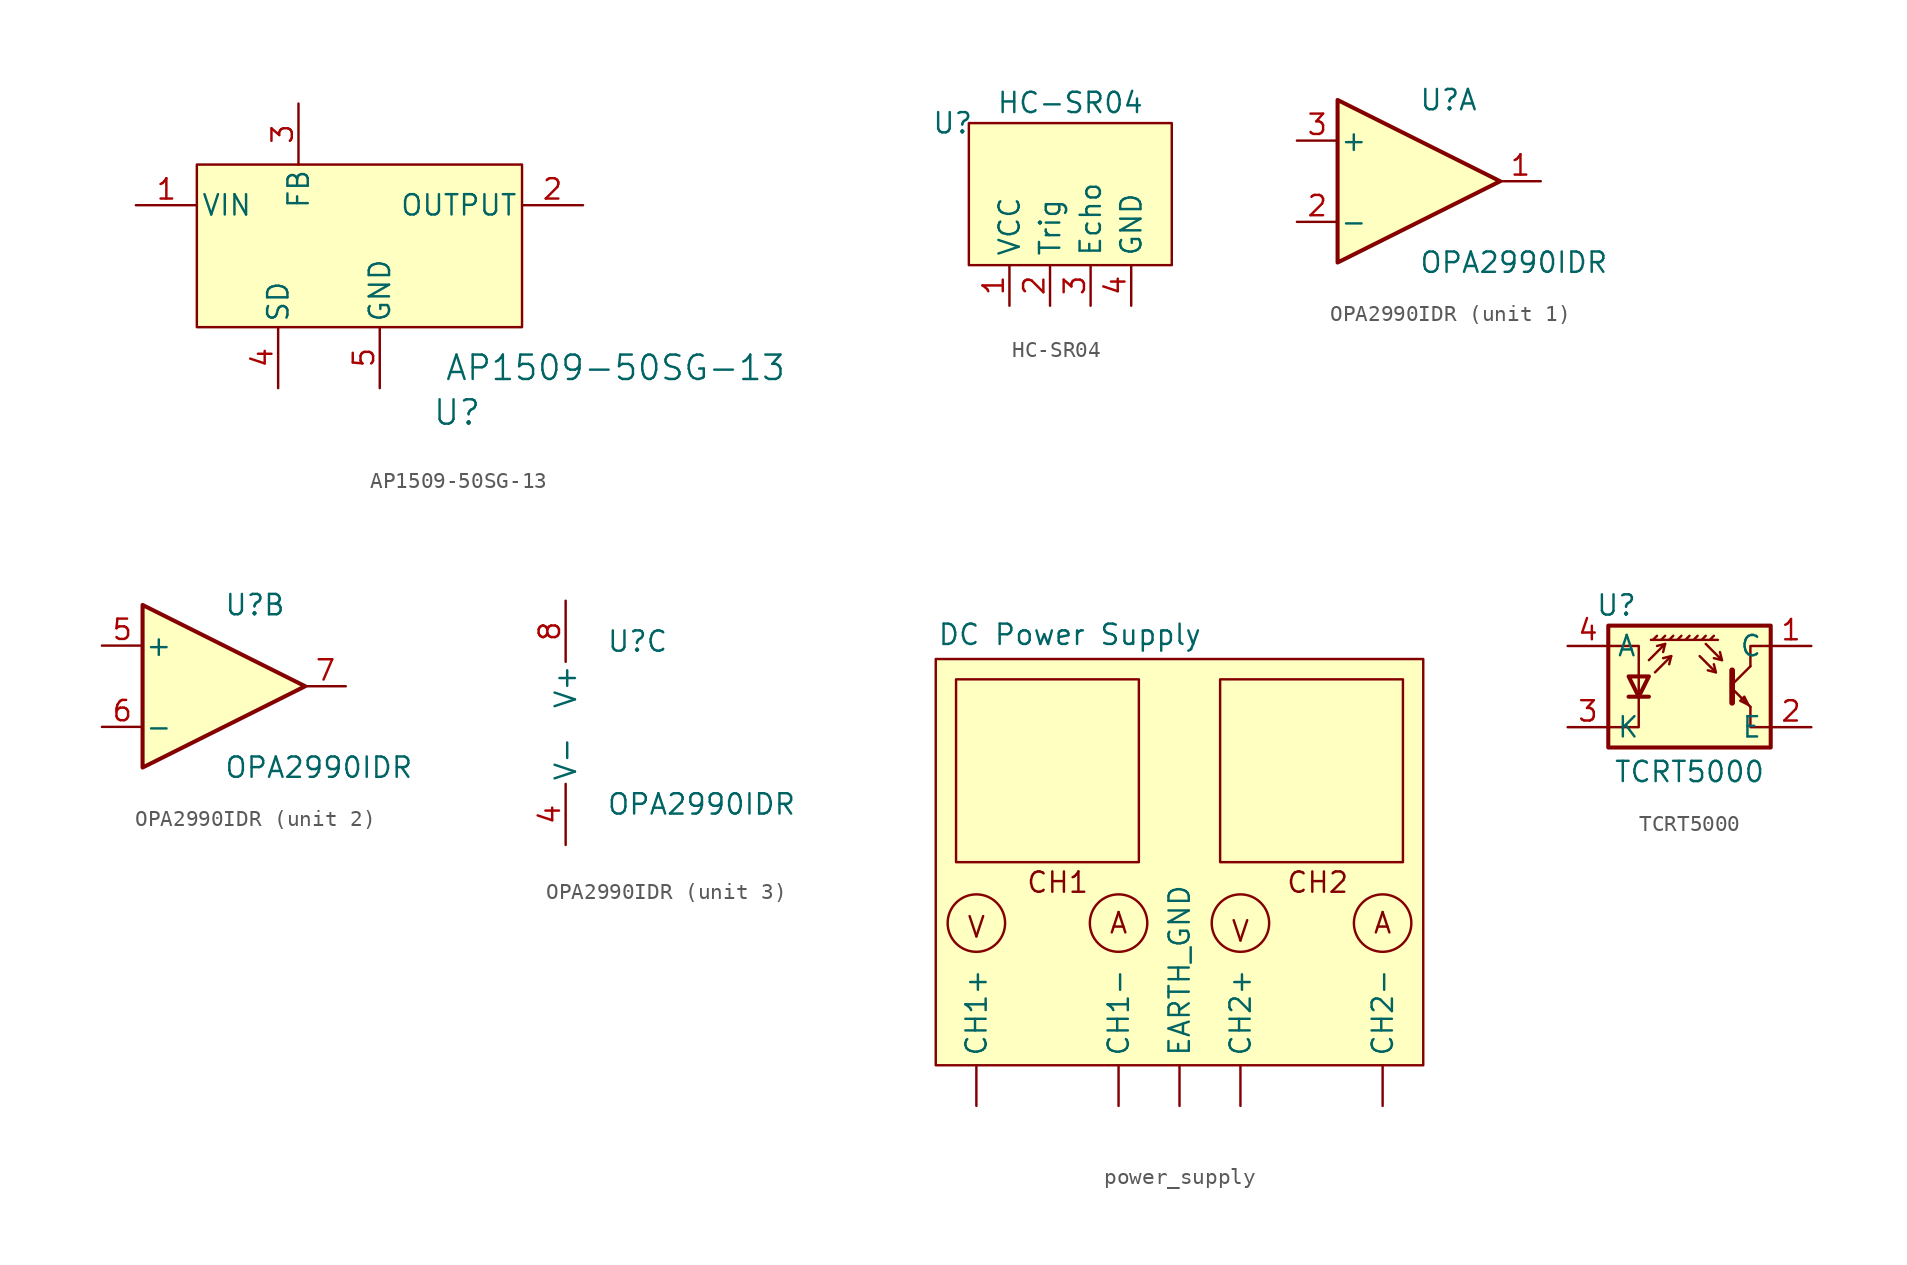
<source format=kicad_sym>
(kicad_symbol_lib
  (version 20241209)
  (generator "kicad_symbol_editor")
  (generator_version "9.0")
  (symbol "AP1509-50SG-13"
    (pin_names
      (offset 0.254))
    (property "Reference" "U"
      (at 23.876 -12.954 0)
      (effects (font (size 1.524 1.524))))
    (property "Value" "AP1509-50SG-13"
      (at 33.782 -10.16 0)
      (effects (font (size 1.524 1.524))))
    (symbol "AP1509-50SG-13_1_1"
      (rectangle (start 7.62 2.54) (end 27.94 -7.62) (stroke (width 0) (type default)) (fill (type background)))
      (pin input line (at 3.81 0 0) (length 3.81) (name "VIN" (effects (font (size 1.27 1.27)))) (number "1" (effects (font (size 1.27 1.27)))))
      (pin input line (at 12.7 -11.43 90) (length 3.81) (name "SD" (effects (font (size 1.27 1.27)))) (number "4" (effects (font (size 1.27 1.27)))))
      (pin input line (at 13.97 6.35 270) (length 3.81) (name "FB" (effects (font (size 1.27 1.27)))) (number "3" (effects (font (size 1.27 1.27)))))
      (pin power_in line (at 19.05 -11.43 90) (length 3.81) (name "GND" (effects (font (size 1.27 1.27)))) (number "5" (effects (font (size 1.27 1.27)))))
      (pin power_in line (at 19.05 -11.43 90) (length 3.81) (hide yes) (name "GND" (effects (font (size 1.27 1.27)))) (number "6" (effects (font (size 1.27 1.27)))))
      (pin power_in line (at 19.05 -11.43 90) (length 3.81) (hide yes) (name "GND" (effects (font (size 1.27 1.27)))) (number "7" (effects (font (size 1.27 1.27)))))
      (pin power_in line (at 19.05 -11.43 90) (length 3.81) (hide yes) (name "GND" (effects (font (size 1.27 1.27)))) (number "8" (effects (font (size 1.27 1.27)))))
      (pin power_out line (at 31.75 0 180) (length 3.81) (name "OUTPUT" (effects (font (size 1.27 1.27)))) (number "2" (effects (font (size 1.27 1.27)))))))
  (symbol "HC-SR04"
    (property "Reference" "U"
      (at -11.176 3.81 0)
      (effects (font (size 1.27 1.27))))
    (property "Value" "HC-SR04"
      (at -3.81 5.08 0)
      (effects (font (size 1.27 1.27))))
    (symbol "HC-SR04_1_1"
      (rectangle (start -10.16 3.81) (end 2.54 -5.08) (stroke (width 0) (type default)) (fill (type background)))
      (pin power_in line (at -7.62 -7.62 90) (length 2.54) (name "VCC" (effects (font (size 1.27 1.27)))) (number "1" (effects (font (size 1.27 1.27)))))
      (pin output line (at -5.08 -7.62 90) (length 2.54) (name "Trig" (effects (font (size 1.27 1.27)))) (number "2" (effects (font (size 1.27 1.27)))))
      (pin input line (at -2.54 -7.62 90) (length 2.54) (name "Echo" (effects (font (size 1.27 1.27)))) (number "3" (effects (font (size 1.27 1.27)))))
      (pin power_in line (at 0 -7.62 90) (length 2.54) (name "GND" (effects (font (size 1.27 1.27)))) (number "4" (effects (font (size 1.27 1.27)))))))
  (symbol "OPA2990IDR"
    (pin_names
      (offset 0.127))
    (property "Reference" "U"
      (at 0 5.08 0)
      (effects (font (size 1.27 1.27)) (justify left)))
    (property "Value" "OPA2990IDR"
      (at 0 -5.08 0)
      (effects (font (size 1.27 1.27)) (justify left)))
    (property "ki_locked" ""
      (at 0 0 0)
      (effects (font (size 1.27 1.27))))
    (symbol "OPA2990IDR_1_1"
      (polyline (pts (xy -5.08 5.08) (xy 5.08 0) (xy -5.08 -5.08) (xy -5.08 5.08)) (stroke (width 0.254) (type default)) (fill (type background)))
      (pin input line (at -7.62 2.54 0) (length 2.54) (name "+" (effects (font (size 1.27 1.27)))) (number "3" (effects (font (size 1.27 1.27)))))
      (pin input line (at -7.62 -2.54 0) (length 2.54) (name "-" (effects (font (size 1.27 1.27)))) (number "2" (effects (font (size 1.27 1.27)))))
      (pin output line (at 7.62 0 180) (length 2.54) (name "~" (effects (font (size 1.27 1.27)))) (number "1" (effects (font (size 1.27 1.27))))))
    (symbol "OPA2990IDR_2_1"
      (polyline (pts (xy -5.08 5.08) (xy 5.08 0) (xy -5.08 -5.08) (xy -5.08 5.08)) (stroke (width 0.254) (type default)) (fill (type background)))
      (pin input line (at -7.62 2.54 0) (length 2.54) (name "+" (effects (font (size 1.27 1.27)))) (number "5" (effects (font (size 1.27 1.27)))))
      (pin input line (at -7.62 -2.54 0) (length 2.54) (name "-" (effects (font (size 1.27 1.27)))) (number "6" (effects (font (size 1.27 1.27)))))
      (pin output line (at 7.62 0 180) (length 2.54) (name "~" (effects (font (size 1.27 1.27)))) (number "7" (effects (font (size 1.27 1.27))))))
    (symbol "OPA2990IDR_3_1"
      (pin power_in line (at -2.54 7.62 270) (length 3.81) (name "V+" (effects (font (size 1.27 1.27)))) (number "8" (effects (font (size 1.27 1.27)))))
      (pin power_in line (at -2.54 -7.62 90) (length 3.81) (name "V-" (effects (font (size 1.27 1.27)))) (number "4" (effects (font (size 1.27 1.27)))))))
  (symbol "power_supply"
    (property "Reference" "U"
      (at -19.05 -2.794 0)
      (effects (font (size 1.27 1.27)) (hide yes)))
    (property "Value" "DC Power Supply"
      (at -6.858 19.304 0)
      (effects (font (size 1.27 1.27))))
    (symbol "power_supply_0_1"
      (rectangle (start -13.97 16.51) (end -2.54 5.08) (stroke (width 0) (type default)) (fill (type none)))
      (circle (center -12.7 1.27) (radius 1.796) (stroke (width 0) (type default)) (fill (type none)))
      (circle (center -3.81 1.27) (radius 1.796) (stroke (width 0) (type default)) (fill (type none)))
      (rectangle (start 2.54 16.51) (end 13.97 5.08) (stroke (width 0) (type default)) (fill (type none)))
      (circle (center 3.81 1.27) (radius 1.796) (stroke (width 0) (type default)) (fill (type none)))
      (circle (center 12.7 1.27) (radius 1.796) (stroke (width 0) (type default)) (fill (type none))))
    (symbol "power_supply_1_1"
      (rectangle (start -15.24 17.78) (end 15.24 -7.62) (stroke (width 0) (type solid)) (fill (type background)))
      (text "V" (at -12.7 1.016 0) (effects (font (size 1.27 1.27))))
      (text "CH1" (at -7.62 3.81 0) (effects (font (size 1.27 1.27))))
      (text "A" (at -3.81 1.27 0) (effects (font (size 1.27 1.27))))
      (text "V" (at 3.81 0.762 0) (effects (font (size 1.27 1.27))))
      (text "CH2" (at 8.636 3.81 0) (effects (font (size 1.27 1.27))))
      (text "A" (at 12.7 1.27 0) (effects (font (size 1.27 1.27))))
      (pin input line (at -12.7 -10.16 90) (length 2.54) (name "CH1+" (effects (font (size 1.27 1.27)))) (number "" (effects (font (size 1.27 1.27)))))
      (pin input line (at -3.81 -10.16 90) (length 2.54) (name "CH1-" (effects (font (size 1.27 1.27)))) (number "" (effects (font (size 1.27 1.27)))))
      (pin input line (at 0 -10.16 90) (length 2.54) (name "EARTH_GND" (effects (font (size 1.27 1.27)))) (number "" (effects (font (size 1.27 1.27)))))
      (pin input line (at 3.81 -10.16 90) (length 2.54) (name "CH2+" (effects (font (size 1.27 1.27)))) (number "" (effects (font (size 1.27 1.27)))))
      (pin input line (at 12.7 -10.16 90) (length 2.54) (name "CH2-" (effects (font (size 1.27 1.27)))) (number "" (effects (font (size 1.27 1.27)))))))
  (symbol "TCRT5000"
    (property "Reference" "U"
      (at -4.572 5.08 0)
      (effects (font (size 1.27 1.27))))
    (property "Value" "TCRT5000"
      (at 0 -5.334 0)
      (effects (font (size 1.27 1.27))))
    (symbol "TCRT5000_0_1"
      (polyline (pts (xy -5.08 -2.54) (xy -3.175 -2.54) (xy -3.175 2.54) (xy -5.08 2.54)) (stroke (width 0) (type default)) (fill (type none)))
      (polyline (pts (xy -5.08 -3.81) (xy 5.08 -3.81) (xy 5.08 3.81) (xy -5.08 3.81) (xy -5.08 -3.81)) (stroke (width 0.254) (type default)) (fill (type background)))
      (polyline (pts (xy -3.81 -0.635) (xy -2.54 -0.635)) (stroke (width 0.254) (type default)) (fill (type none)))
      (polyline (pts (xy -3.175 -0.635) (xy -3.81 0.635) (xy -2.54 0.635) (xy -3.175 -0.635)) (stroke (width 0.254) (type default)) (fill (type none)))
      (polyline (pts (xy -2.54 1.651) (xy -1.524 2.667) (xy -2.032 2.54)) (stroke (width 0) (type default)) (fill (type none)))
      (polyline (pts (xy -2.286 2.921) (xy -2.032 3.175)) (stroke (width 0) (type default)) (fill (type none)))
      (polyline (pts (xy -2.159 0.889) (xy -1.143 1.905) (xy -1.651 1.778)) (stroke (width 0) (type default)) (fill (type none)))
      (polyline (pts (xy -1.778 2.921) (xy -1.524 3.175)) (stroke (width 0) (type default)) (fill (type none)))
      (polyline (pts (xy -1.524 2.667) (xy -1.651 2.159)) (stroke (width 0) (type default)) (fill (type none)))
      (polyline (pts (xy -1.27 2.921) (xy -1.016 3.175)) (stroke (width 0) (type default)) (fill (type none)))
      (polyline (pts (xy -1.143 1.905) (xy -1.27 1.397)) (stroke (width 0) (type default)) (fill (type none)))
      (polyline (pts (xy -0.762 2.921) (xy -0.508 3.175)) (stroke (width 0) (type default)) (fill (type none)))
      (polyline (pts (xy -0.254 2.921) (xy 0 3.175)) (stroke (width 0) (type default)) (fill (type none)))
      (polyline (pts (xy 0.254 2.921) (xy 0.508 3.175)) (stroke (width 0) (type default)) (fill (type none)))
      (polyline (pts (xy 0.635 1.905) (xy 1.651 0.889) (xy 1.524 1.397)) (stroke (width 0) (type default)) (fill (type none)))
      (polyline (pts (xy 0.762 2.921) (xy 1.016 3.175)) (stroke (width 0) (type default)) (fill (type none)))
      (polyline (pts (xy 1.016 2.667) (xy 2.032 1.651) (xy 1.905 2.159)) (stroke (width 0) (type default)) (fill (type none)))
      (polyline (pts (xy 1.27 2.921) (xy 1.524 3.175)) (stroke (width 0) (type default)) (fill (type none)))
      (polyline (pts (xy 1.651 0.889) (xy 1.143 1.016)) (stroke (width 0) (type default)) (fill (type none)))
      (polyline (pts (xy 1.778 2.921) (xy -2.413 2.921)) (stroke (width 0) (type default)) (fill (type none)))
      (polyline (pts (xy 2.032 1.651) (xy 1.524 1.778)) (stroke (width 0) (type default)) (fill (type none)))
      (polyline (pts (xy 2.667 1.016) (xy 2.667 -1.016) (xy 2.667 -1.016)) (stroke (width 0.356) (type default)) (fill (type none)))
      (polyline (pts (xy 2.667 0.127) (xy 3.81 1.27)) (stroke (width 0) (type default)) (fill (type none)))
      (polyline (pts (xy 2.667 -0.127) (xy 3.81 -1.27)) (stroke (width 0) (type default)) (fill (type none)))
      (polyline (pts (xy 3.683 -1.143) (xy 3.429 -0.635) (xy 3.175 -0.889) (xy 3.683 -1.143)) (stroke (width 0) (type default)) (fill (type none)))
      (polyline (pts (xy 3.81 1.27) (xy 3.81 2.54) (xy 5.08 2.54)) (stroke (width 0) (type default)) (fill (type none)))
      (polyline (pts (xy 3.81 -1.27) (xy 3.81 -2.54) (xy 5.08 -2.54)) (stroke (width 0) (type default)) (fill (type none))))
    (symbol "TCRT5000_1_1"
      (pin passive line (at -7.62 2.54 0) (length 2.54) (name "A" (effects (font (size 1.27 1.27)))) (number "4" (effects (font (size 1.27 1.27)))))
      (pin passive line (at -7.62 -2.54 0) (length 2.54) (name "K" (effects (font (size 1.27 1.27)))) (number "3" (effects (font (size 1.27 1.27)))))
      (pin open_collector line (at 7.62 2.54 180) (length 2.54) (name "C" (effects (font (size 1.27 1.27)))) (number "1" (effects (font (size 1.27 1.27)))))
      (pin open_emitter line (at 7.62 -2.54 180) (length 2.54) (name "E" (effects (font (size 1.27 1.27)))) (number "2" (effects (font (size 1.27 1.27))))))))
</source>
